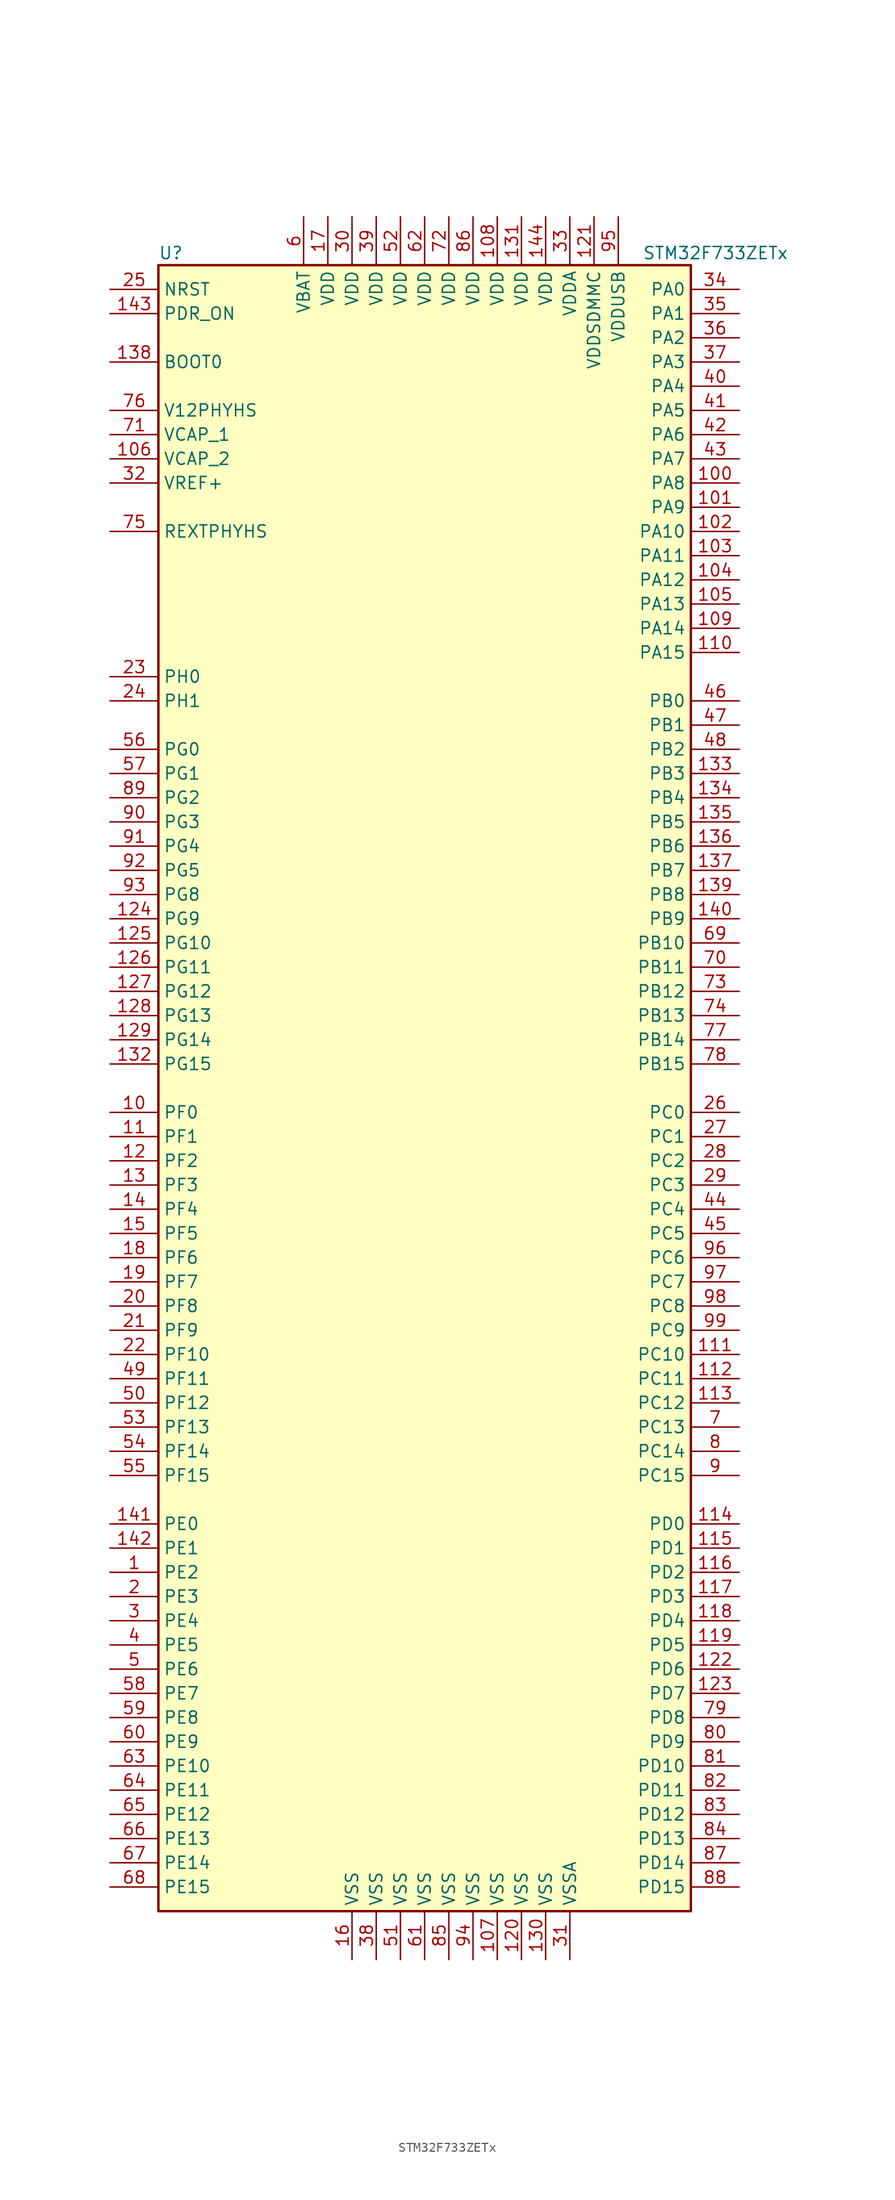
<source format=kicad_sym>
(kicad_symbol_lib
  (version 20220914)
  (generator kicad_symbol_editor)
  (symbol "STM32F733ZETx"
    (property "Reference" "U"
      (at -27.94 87.63 0)
      (effects (font (size 1.27 1.27)) (justify left)))
    (property "Value" "STM32F733ZETx"
      (at 22.86 87.63 0)
      (effects (font (size 1.27 1.27)) (justify left)))
    (symbol "STM32F733ZETx_0_1"
      (rectangle (start -27.94 -86.36) (end 27.94 86.36) (stroke (width 0.254) (type default)) (fill (type background))))
    (symbol "STM32F733ZETx_1_1"
      (pin bidirectional line (at -33.02 -50.8 0) (length 5.08) (name "PE2" (effects (font (size 1.27 1.27)))) (number "1" (effects (font (size 1.27 1.27)))))
      (pin bidirectional line (at -33.02 -2.54 0) (length 5.08) (name "PF0" (effects (font (size 1.27 1.27)))) (number "10" (effects (font (size 1.27 1.27)))))
      (pin bidirectional line (at 33.02 63.5 180) (length 5.08) (name "PA8" (effects (font (size 1.27 1.27)))) (number "100" (effects (font (size 1.27 1.27)))))
      (pin bidirectional line (at 33.02 60.96 180) (length 5.08) (name "PA9" (effects (font (size 1.27 1.27)))) (number "101" (effects (font (size 1.27 1.27)))))
      (pin bidirectional line (at 33.02 58.42 180) (length 5.08) (name "PA10" (effects (font (size 1.27 1.27)))) (number "102" (effects (font (size 1.27 1.27)))))
      (pin bidirectional line (at 33.02 55.88 180) (length 5.08) (name "PA11" (effects (font (size 1.27 1.27)))) (number "103" (effects (font (size 1.27 1.27)))))
      (pin bidirectional line (at 33.02 53.34 180) (length 5.08) (name "PA12" (effects (font (size 1.27 1.27)))) (number "104" (effects (font (size 1.27 1.27)))))
      (pin bidirectional line (at 33.02 50.8 180) (length 5.08) (name "PA13" (effects (font (size 1.27 1.27)))) (number "105" (effects (font (size 1.27 1.27)))))
      (pin power_in line (at -33.02 66.04 0) (length 5.08) (name "VCAP_2" (effects (font (size 1.27 1.27)))) (number "106" (effects (font (size 1.27 1.27)))))
      (pin power_in line (at 7.62 -91.44 90) (length 5.08) (name "VSS" (effects (font (size 1.27 1.27)))) (number "107" (effects (font (size 1.27 1.27)))))
      (pin power_in line (at 7.62 91.44 270) (length 5.08) (name "VDD" (effects (font (size 1.27 1.27)))) (number "108" (effects (font (size 1.27 1.27)))))
      (pin bidirectional line (at 33.02 48.26 180) (length 5.08) (name "PA14" (effects (font (size 1.27 1.27)))) (number "109" (effects (font (size 1.27 1.27)))))
      (pin bidirectional line (at -33.02 -5.08 0) (length 5.08) (name "PF1" (effects (font (size 1.27 1.27)))) (number "11" (effects (font (size 1.27 1.27)))))
      (pin bidirectional line (at 33.02 45.72 180) (length 5.08) (name "PA15" (effects (font (size 1.27 1.27)))) (number "110" (effects (font (size 1.27 1.27)))))
      (pin bidirectional line (at 33.02 -27.94 180) (length 5.08) (name "PC10" (effects (font (size 1.27 1.27)))) (number "111" (effects (font (size 1.27 1.27)))))
      (pin bidirectional line (at 33.02 -30.48 180) (length 5.08) (name "PC11" (effects (font (size 1.27 1.27)))) (number "112" (effects (font (size 1.27 1.27)))))
      (pin bidirectional line (at 33.02 -33.02 180) (length 5.08) (name "PC12" (effects (font (size 1.27 1.27)))) (number "113" (effects (font (size 1.27 1.27)))))
      (pin bidirectional line (at 33.02 -45.72 180) (length 5.08) (name "PD0" (effects (font (size 1.27 1.27)))) (number "114" (effects (font (size 1.27 1.27)))))
      (pin bidirectional line (at 33.02 -48.26 180) (length 5.08) (name "PD1" (effects (font (size 1.27 1.27)))) (number "115" (effects (font (size 1.27 1.27)))))
      (pin bidirectional line (at 33.02 -50.8 180) (length 5.08) (name "PD2" (effects (font (size 1.27 1.27)))) (number "116" (effects (font (size 1.27 1.27)))))
      (pin bidirectional line (at 33.02 -53.34 180) (length 5.08) (name "PD3" (effects (font (size 1.27 1.27)))) (number "117" (effects (font (size 1.27 1.27)))))
      (pin bidirectional line (at 33.02 -55.88 180) (length 5.08) (name "PD4" (effects (font (size 1.27 1.27)))) (number "118" (effects (font (size 1.27 1.27)))))
      (pin bidirectional line (at 33.02 -58.42 180) (length 5.08) (name "PD5" (effects (font (size 1.27 1.27)))) (number "119" (effects (font (size 1.27 1.27)))))
      (pin bidirectional line (at -33.02 -7.62 0) (length 5.08) (name "PF2" (effects (font (size 1.27 1.27)))) (number "12" (effects (font (size 1.27 1.27)))))
      (pin power_in line (at 10.16 -91.44 90) (length 5.08) (name "VSS" (effects (font (size 1.27 1.27)))) (number "120" (effects (font (size 1.27 1.27)))))
      (pin power_in line (at 17.78 91.44 270) (length 5.08) (name "VDDSDMMC" (effects (font (size 1.27 1.27)))) (number "121" (effects (font (size 1.27 1.27)))))
      (pin bidirectional line (at 33.02 -60.96 180) (length 5.08) (name "PD6" (effects (font (size 1.27 1.27)))) (number "122" (effects (font (size 1.27 1.27)))))
      (pin bidirectional line (at 33.02 -63.5 180) (length 5.08) (name "PD7" (effects (font (size 1.27 1.27)))) (number "123" (effects (font (size 1.27 1.27)))))
      (pin bidirectional line (at -33.02 17.78 0) (length 5.08) (name "PG9" (effects (font (size 1.27 1.27)))) (number "124" (effects (font (size 1.27 1.27)))))
      (pin bidirectional line (at -33.02 15.24 0) (length 5.08) (name "PG10" (effects (font (size 1.27 1.27)))) (number "125" (effects (font (size 1.27 1.27)))))
      (pin bidirectional line (at -33.02 12.7 0) (length 5.08) (name "PG11" (effects (font (size 1.27 1.27)))) (number "126" (effects (font (size 1.27 1.27)))))
      (pin bidirectional line (at -33.02 10.16 0) (length 5.08) (name "PG12" (effects (font (size 1.27 1.27)))) (number "127" (effects (font (size 1.27 1.27)))))
      (pin bidirectional line (at -33.02 7.62 0) (length 5.08) (name "PG13" (effects (font (size 1.27 1.27)))) (number "128" (effects (font (size 1.27 1.27)))))
      (pin bidirectional line (at -33.02 5.08 0) (length 5.08) (name "PG14" (effects (font (size 1.27 1.27)))) (number "129" (effects (font (size 1.27 1.27)))))
      (pin bidirectional line (at -33.02 -10.16 0) (length 5.08) (name "PF3" (effects (font (size 1.27 1.27)))) (number "13" (effects (font (size 1.27 1.27)))))
      (pin power_in line (at 12.7 -91.44 90) (length 5.08) (name "VSS" (effects (font (size 1.27 1.27)))) (number "130" (effects (font (size 1.27 1.27)))))
      (pin power_in line (at 10.16 91.44 270) (length 5.08) (name "VDD" (effects (font (size 1.27 1.27)))) (number "131" (effects (font (size 1.27 1.27)))))
      (pin bidirectional line (at -33.02 2.54 0) (length 5.08) (name "PG15" (effects (font (size 1.27 1.27)))) (number "132" (effects (font (size 1.27 1.27)))))
      (pin bidirectional line (at 33.02 33.02 180) (length 5.08) (name "PB3" (effects (font (size 1.27 1.27)))) (number "133" (effects (font (size 1.27 1.27)))))
      (pin bidirectional line (at 33.02 30.48 180) (length 5.08) (name "PB4" (effects (font (size 1.27 1.27)))) (number "134" (effects (font (size 1.27 1.27)))))
      (pin bidirectional line (at 33.02 27.94 180) (length 5.08) (name "PB5" (effects (font (size 1.27 1.27)))) (number "135" (effects (font (size 1.27 1.27)))))
      (pin bidirectional line (at 33.02 25.4 180) (length 5.08) (name "PB6" (effects (font (size 1.27 1.27)))) (number "136" (effects (font (size 1.27 1.27)))))
      (pin bidirectional line (at 33.02 22.86 180) (length 5.08) (name "PB7" (effects (font (size 1.27 1.27)))) (number "137" (effects (font (size 1.27 1.27)))))
      (pin input line (at -33.02 76.2 0) (length 5.08) (name "BOOT0" (effects (font (size 1.27 1.27)))) (number "138" (effects (font (size 1.27 1.27)))))
      (pin bidirectional line (at 33.02 20.32 180) (length 5.08) (name "PB8" (effects (font (size 1.27 1.27)))) (number "139" (effects (font (size 1.27 1.27)))))
      (pin bidirectional line (at -33.02 -12.7 0) (length 5.08) (name "PF4" (effects (font (size 1.27 1.27)))) (number "14" (effects (font (size 1.27 1.27)))))
      (pin bidirectional line (at 33.02 17.78 180) (length 5.08) (name "PB9" (effects (font (size 1.27 1.27)))) (number "140" (effects (font (size 1.27 1.27)))))
      (pin bidirectional line (at -33.02 -45.72 0) (length 5.08) (name "PE0" (effects (font (size 1.27 1.27)))) (number "141" (effects (font (size 1.27 1.27)))))
      (pin bidirectional line (at -33.02 -48.26 0) (length 5.08) (name "PE1" (effects (font (size 1.27 1.27)))) (number "142" (effects (font (size 1.27 1.27)))))
      (pin input line (at -33.02 81.28 0) (length 5.08) (name "PDR_ON" (effects (font (size 1.27 1.27)))) (number "143" (effects (font (size 1.27 1.27)))))
      (pin power_in line (at 12.7 91.44 270) (length 5.08) (name "VDD" (effects (font (size 1.27 1.27)))) (number "144" (effects (font (size 1.27 1.27)))))
      (pin bidirectional line (at -33.02 -15.24 0) (length 5.08) (name "PF5" (effects (font (size 1.27 1.27)))) (number "15" (effects (font (size 1.27 1.27)))))
      (pin power_in line (at -7.62 -91.44 90) (length 5.08) (name "VSS" (effects (font (size 1.27 1.27)))) (number "16" (effects (font (size 1.27 1.27)))))
      (pin power_in line (at -10.16 91.44 270) (length 5.08) (name "VDD" (effects (font (size 1.27 1.27)))) (number "17" (effects (font (size 1.27 1.27)))))
      (pin bidirectional line (at -33.02 -17.78 0) (length 5.08) (name "PF6" (effects (font (size 1.27 1.27)))) (number "18" (effects (font (size 1.27 1.27)))))
      (pin bidirectional line (at -33.02 -20.32 0) (length 5.08) (name "PF7" (effects (font (size 1.27 1.27)))) (number "19" (effects (font (size 1.27 1.27)))))
      (pin bidirectional line (at -33.02 -53.34 0) (length 5.08) (name "PE3" (effects (font (size 1.27 1.27)))) (number "2" (effects (font (size 1.27 1.27)))))
      (pin bidirectional line (at -33.02 -22.86 0) (length 5.08) (name "PF8" (effects (font (size 1.27 1.27)))) (number "20" (effects (font (size 1.27 1.27)))))
      (pin bidirectional line (at -33.02 -25.4 0) (length 5.08) (name "PF9" (effects (font (size 1.27 1.27)))) (number "21" (effects (font (size 1.27 1.27)))))
      (pin bidirectional line (at -33.02 -27.94 0) (length 5.08) (name "PF10" (effects (font (size 1.27 1.27)))) (number "22" (effects (font (size 1.27 1.27)))))
      (pin input line (at -33.02 43.18 0) (length 5.08) (name "PH0" (effects (font (size 1.27 1.27)))) (number "23" (effects (font (size 1.27 1.27)))))
      (pin input line (at -33.02 40.64 0) (length 5.08) (name "PH1" (effects (font (size 1.27 1.27)))) (number "24" (effects (font (size 1.27 1.27)))))
      (pin input line (at -33.02 83.82 0) (length 5.08) (name "NRST" (effects (font (size 1.27 1.27)))) (number "25" (effects (font (size 1.27 1.27)))))
      (pin bidirectional line (at 33.02 -2.54 180) (length 5.08) (name "PC0" (effects (font (size 1.27 1.27)))) (number "26" (effects (font (size 1.27 1.27)))))
      (pin bidirectional line (at 33.02 -5.08 180) (length 5.08) (name "PC1" (effects (font (size 1.27 1.27)))) (number "27" (effects (font (size 1.27 1.27)))))
      (pin bidirectional line (at 33.02 -7.62 180) (length 5.08) (name "PC2" (effects (font (size 1.27 1.27)))) (number "28" (effects (font (size 1.27 1.27)))))
      (pin bidirectional line (at 33.02 -10.16 180) (length 5.08) (name "PC3" (effects (font (size 1.27 1.27)))) (number "29" (effects (font (size 1.27 1.27)))))
      (pin bidirectional line (at -33.02 -55.88 0) (length 5.08) (name "PE4" (effects (font (size 1.27 1.27)))) (number "3" (effects (font (size 1.27 1.27)))))
      (pin power_in line (at -7.62 91.44 270) (length 5.08) (name "VDD" (effects (font (size 1.27 1.27)))) (number "30" (effects (font (size 1.27 1.27)))))
      (pin power_in line (at 15.24 -91.44 90) (length 5.08) (name "VSSA" (effects (font (size 1.27 1.27)))) (number "31" (effects (font (size 1.27 1.27)))))
      (pin power_in line (at -33.02 63.5 0) (length 5.08) (name "VREF+" (effects (font (size 1.27 1.27)))) (number "32" (effects (font (size 1.27 1.27)))))
      (pin power_in line (at 15.24 91.44 270) (length 5.08) (name "VDDA" (effects (font (size 1.27 1.27)))) (number "33" (effects (font (size 1.27 1.27)))))
      (pin bidirectional line (at 33.02 83.82 180) (length 5.08) (name "PA0" (effects (font (size 1.27 1.27)))) (number "34" (effects (font (size 1.27 1.27)))))
      (pin bidirectional line (at 33.02 81.28 180) (length 5.08) (name "PA1" (effects (font (size 1.27 1.27)))) (number "35" (effects (font (size 1.27 1.27)))))
      (pin bidirectional line (at 33.02 78.74 180) (length 5.08) (name "PA2" (effects (font (size 1.27 1.27)))) (number "36" (effects (font (size 1.27 1.27)))))
      (pin bidirectional line (at 33.02 76.2 180) (length 5.08) (name "PA3" (effects (font (size 1.27 1.27)))) (number "37" (effects (font (size 1.27 1.27)))))
      (pin power_in line (at -5.08 -91.44 90) (length 5.08) (name "VSS" (effects (font (size 1.27 1.27)))) (number "38" (effects (font (size 1.27 1.27)))))
      (pin power_in line (at -5.08 91.44 270) (length 5.08) (name "VDD" (effects (font (size 1.27 1.27)))) (number "39" (effects (font (size 1.27 1.27)))))
      (pin bidirectional line (at -33.02 -58.42 0) (length 5.08) (name "PE5" (effects (font (size 1.27 1.27)))) (number "4" (effects (font (size 1.27 1.27)))))
      (pin bidirectional line (at 33.02 73.66 180) (length 5.08) (name "PA4" (effects (font (size 1.27 1.27)))) (number "40" (effects (font (size 1.27 1.27)))))
      (pin bidirectional line (at 33.02 71.12 180) (length 5.08) (name "PA5" (effects (font (size 1.27 1.27)))) (number "41" (effects (font (size 1.27 1.27)))))
      (pin bidirectional line (at 33.02 68.58 180) (length 5.08) (name "PA6" (effects (font (size 1.27 1.27)))) (number "42" (effects (font (size 1.27 1.27)))))
      (pin bidirectional line (at 33.02 66.04 180) (length 5.08) (name "PA7" (effects (font (size 1.27 1.27)))) (number "43" (effects (font (size 1.27 1.27)))))
      (pin bidirectional line (at 33.02 -12.7 180) (length 5.08) (name "PC4" (effects (font (size 1.27 1.27)))) (number "44" (effects (font (size 1.27 1.27)))))
      (pin bidirectional line (at 33.02 -15.24 180) (length 5.08) (name "PC5" (effects (font (size 1.27 1.27)))) (number "45" (effects (font (size 1.27 1.27)))))
      (pin bidirectional line (at 33.02 40.64 180) (length 5.08) (name "PB0" (effects (font (size 1.27 1.27)))) (number "46" (effects (font (size 1.27 1.27)))))
      (pin bidirectional line (at 33.02 38.1 180) (length 5.08) (name "PB1" (effects (font (size 1.27 1.27)))) (number "47" (effects (font (size 1.27 1.27)))))
      (pin bidirectional line (at 33.02 35.56 180) (length 5.08) (name "PB2" (effects (font (size 1.27 1.27)))) (number "48" (effects (font (size 1.27 1.27)))))
      (pin bidirectional line (at -33.02 -30.48 0) (length 5.08) (name "PF11" (effects (font (size 1.27 1.27)))) (number "49" (effects (font (size 1.27 1.27)))))
      (pin bidirectional line (at -33.02 -60.96 0) (length 5.08) (name "PE6" (effects (font (size 1.27 1.27)))) (number "5" (effects (font (size 1.27 1.27)))))
      (pin bidirectional line (at -33.02 -33.02 0) (length 5.08) (name "PF12" (effects (font (size 1.27 1.27)))) (number "50" (effects (font (size 1.27 1.27)))))
      (pin power_in line (at -2.54 -91.44 90) (length 5.08) (name "VSS" (effects (font (size 1.27 1.27)))) (number "51" (effects (font (size 1.27 1.27)))))
      (pin power_in line (at -2.54 91.44 270) (length 5.08) (name "VDD" (effects (font (size 1.27 1.27)))) (number "52" (effects (font (size 1.27 1.27)))))
      (pin bidirectional line (at -33.02 -35.56 0) (length 5.08) (name "PF13" (effects (font (size 1.27 1.27)))) (number "53" (effects (font (size 1.27 1.27)))))
      (pin bidirectional line (at -33.02 -38.1 0) (length 5.08) (name "PF14" (effects (font (size 1.27 1.27)))) (number "54" (effects (font (size 1.27 1.27)))))
      (pin bidirectional line (at -33.02 -40.64 0) (length 5.08) (name "PF15" (effects (font (size 1.27 1.27)))) (number "55" (effects (font (size 1.27 1.27)))))
      (pin bidirectional line (at -33.02 35.56 0) (length 5.08) (name "PG0" (effects (font (size 1.27 1.27)))) (number "56" (effects (font (size 1.27 1.27)))))
      (pin bidirectional line (at -33.02 33.02 0) (length 5.08) (name "PG1" (effects (font (size 1.27 1.27)))) (number "57" (effects (font (size 1.27 1.27)))))
      (pin bidirectional line (at -33.02 -63.5 0) (length 5.08) (name "PE7" (effects (font (size 1.27 1.27)))) (number "58" (effects (font (size 1.27 1.27)))))
      (pin bidirectional line (at -33.02 -66.04 0) (length 5.08) (name "PE8" (effects (font (size 1.27 1.27)))) (number "59" (effects (font (size 1.27 1.27)))))
      (pin power_in line (at -12.7 91.44 270) (length 5.08) (name "VBAT" (effects (font (size 1.27 1.27)))) (number "6" (effects (font (size 1.27 1.27)))))
      (pin bidirectional line (at -33.02 -68.58 0) (length 5.08) (name "PE9" (effects (font (size 1.27 1.27)))) (number "60" (effects (font (size 1.27 1.27)))))
      (pin power_in line (at 0 -91.44 90) (length 5.08) (name "VSS" (effects (font (size 1.27 1.27)))) (number "61" (effects (font (size 1.27 1.27)))))
      (pin power_in line (at 0 91.44 270) (length 5.08) (name "VDD" (effects (font (size 1.27 1.27)))) (number "62" (effects (font (size 1.27 1.27)))))
      (pin bidirectional line (at -33.02 -71.12 0) (length 5.08) (name "PE10" (effects (font (size 1.27 1.27)))) (number "63" (effects (font (size 1.27 1.27)))))
      (pin bidirectional line (at -33.02 -73.66 0) (length 5.08) (name "PE11" (effects (font (size 1.27 1.27)))) (number "64" (effects (font (size 1.27 1.27)))))
      (pin bidirectional line (at -33.02 -76.2 0) (length 5.08) (name "PE12" (effects (font (size 1.27 1.27)))) (number "65" (effects (font (size 1.27 1.27)))))
      (pin bidirectional line (at -33.02 -78.74 0) (length 5.08) (name "PE13" (effects (font (size 1.27 1.27)))) (number "66" (effects (font (size 1.27 1.27)))))
      (pin bidirectional line (at -33.02 -81.28 0) (length 5.08) (name "PE14" (effects (font (size 1.27 1.27)))) (number "67" (effects (font (size 1.27 1.27)))))
      (pin bidirectional line (at -33.02 -83.82 0) (length 5.08) (name "PE15" (effects (font (size 1.27 1.27)))) (number "68" (effects (font (size 1.27 1.27)))))
      (pin bidirectional line (at 33.02 15.24 180) (length 5.08) (name "PB10" (effects (font (size 1.27 1.27)))) (number "69" (effects (font (size 1.27 1.27)))))
      (pin bidirectional line (at 33.02 -35.56 180) (length 5.08) (name "PC13" (effects (font (size 1.27 1.27)))) (number "7" (effects (font (size 1.27 1.27)))))
      (pin bidirectional line (at 33.02 12.7 180) (length 5.08) (name "PB11" (effects (font (size 1.27 1.27)))) (number "70" (effects (font (size 1.27 1.27)))))
      (pin power_in line (at -33.02 68.58 0) (length 5.08) (name "VCAP_1" (effects (font (size 1.27 1.27)))) (number "71" (effects (font (size 1.27 1.27)))))
      (pin power_in line (at 2.54 91.44 270) (length 5.08) (name "VDD" (effects (font (size 1.27 1.27)))) (number "72" (effects (font (size 1.27 1.27)))))
      (pin bidirectional line (at 33.02 10.16 180) (length 5.08) (name "PB12" (effects (font (size 1.27 1.27)))) (number "73" (effects (font (size 1.27 1.27)))))
      (pin bidirectional line (at 33.02 7.62 180) (length 5.08) (name "PB13" (effects (font (size 1.27 1.27)))) (number "74" (effects (font (size 1.27 1.27)))))
      (pin bidirectional line (at -33.02 58.42 0) (length 5.08) (name "REXTPHYHS" (effects (font (size 1.27 1.27)))) (number "75" (effects (font (size 1.27 1.27)))))
      (pin power_in line (at -33.02 71.12 0) (length 5.08) (name "V12PHYHS" (effects (font (size 1.27 1.27)))) (number "76" (effects (font (size 1.27 1.27)))))
      (pin bidirectional line (at 33.02 5.08 180) (length 5.08) (name "PB14" (effects (font (size 1.27 1.27)))) (number "77" (effects (font (size 1.27 1.27)))))
      (pin bidirectional line (at 33.02 2.54 180) (length 5.08) (name "PB15" (effects (font (size 1.27 1.27)))) (number "78" (effects (font (size 1.27 1.27)))))
      (pin bidirectional line (at 33.02 -66.04 180) (length 5.08) (name "PD8" (effects (font (size 1.27 1.27)))) (number "79" (effects (font (size 1.27 1.27)))))
      (pin bidirectional line (at 33.02 -38.1 180) (length 5.08) (name "PC14" (effects (font (size 1.27 1.27)))) (number "8" (effects (font (size 1.27 1.27)))))
      (pin bidirectional line (at 33.02 -68.58 180) (length 5.08) (name "PD9" (effects (font (size 1.27 1.27)))) (number "80" (effects (font (size 1.27 1.27)))))
      (pin bidirectional line (at 33.02 -71.12 180) (length 5.08) (name "PD10" (effects (font (size 1.27 1.27)))) (number "81" (effects (font (size 1.27 1.27)))))
      (pin bidirectional line (at 33.02 -73.66 180) (length 5.08) (name "PD11" (effects (font (size 1.27 1.27)))) (number "82" (effects (font (size 1.27 1.27)))))
      (pin bidirectional line (at 33.02 -76.2 180) (length 5.08) (name "PD12" (effects (font (size 1.27 1.27)))) (number "83" (effects (font (size 1.27 1.27)))))
      (pin bidirectional line (at 33.02 -78.74 180) (length 5.08) (name "PD13" (effects (font (size 1.27 1.27)))) (number "84" (effects (font (size 1.27 1.27)))))
      (pin power_in line (at 2.54 -91.44 90) (length 5.08) (name "VSS" (effects (font (size 1.27 1.27)))) (number "85" (effects (font (size 1.27 1.27)))))
      (pin power_in line (at 5.08 91.44 270) (length 5.08) (name "VDD" (effects (font (size 1.27 1.27)))) (number "86" (effects (font (size 1.27 1.27)))))
      (pin bidirectional line (at 33.02 -81.28 180) (length 5.08) (name "PD14" (effects (font (size 1.27 1.27)))) (number "87" (effects (font (size 1.27 1.27)))))
      (pin bidirectional line (at 33.02 -83.82 180) (length 5.08) (name "PD15" (effects (font (size 1.27 1.27)))) (number "88" (effects (font (size 1.27 1.27)))))
      (pin bidirectional line (at -33.02 30.48 0) (length 5.08) (name "PG2" (effects (font (size 1.27 1.27)))) (number "89" (effects (font (size 1.27 1.27)))))
      (pin bidirectional line (at 33.02 -40.64 180) (length 5.08) (name "PC15" (effects (font (size 1.27 1.27)))) (number "9" (effects (font (size 1.27 1.27)))))
      (pin bidirectional line (at -33.02 27.94 0) (length 5.08) (name "PG3" (effects (font (size 1.27 1.27)))) (number "90" (effects (font (size 1.27 1.27)))))
      (pin bidirectional line (at -33.02 25.4 0) (length 5.08) (name "PG4" (effects (font (size 1.27 1.27)))) (number "91" (effects (font (size 1.27 1.27)))))
      (pin bidirectional line (at -33.02 22.86 0) (length 5.08) (name "PG5" (effects (font (size 1.27 1.27)))) (number "92" (effects (font (size 1.27 1.27)))))
      (pin bidirectional line (at -33.02 20.32 0) (length 5.08) (name "PG8" (effects (font (size 1.27 1.27)))) (number "93" (effects (font (size 1.27 1.27)))))
      (pin power_in line (at 5.08 -91.44 90) (length 5.08) (name "VSS" (effects (font (size 1.27 1.27)))) (number "94" (effects (font (size 1.27 1.27)))))
      (pin power_in line (at 20.32 91.44 270) (length 5.08) (name "VDDUSB" (effects (font (size 1.27 1.27)))) (number "95" (effects (font (size 1.27 1.27)))))
      (pin bidirectional line (at 33.02 -17.78 180) (length 5.08) (name "PC6" (effects (font (size 1.27 1.27)))) (number "96" (effects (font (size 1.27 1.27)))))
      (pin bidirectional line (at 33.02 -20.32 180) (length 5.08) (name "PC7" (effects (font (size 1.27 1.27)))) (number "97" (effects (font (size 1.27 1.27)))))
      (pin bidirectional line (at 33.02 -22.86 180) (length 5.08) (name "PC8" (effects (font (size 1.27 1.27)))) (number "98" (effects (font (size 1.27 1.27)))))
      (pin bidirectional line (at 33.02 -25.4 180) (length 5.08) (name "PC9" (effects (font (size 1.27 1.27)))) (number "99" (effects (font (size 1.27 1.27))))))))
</source>
